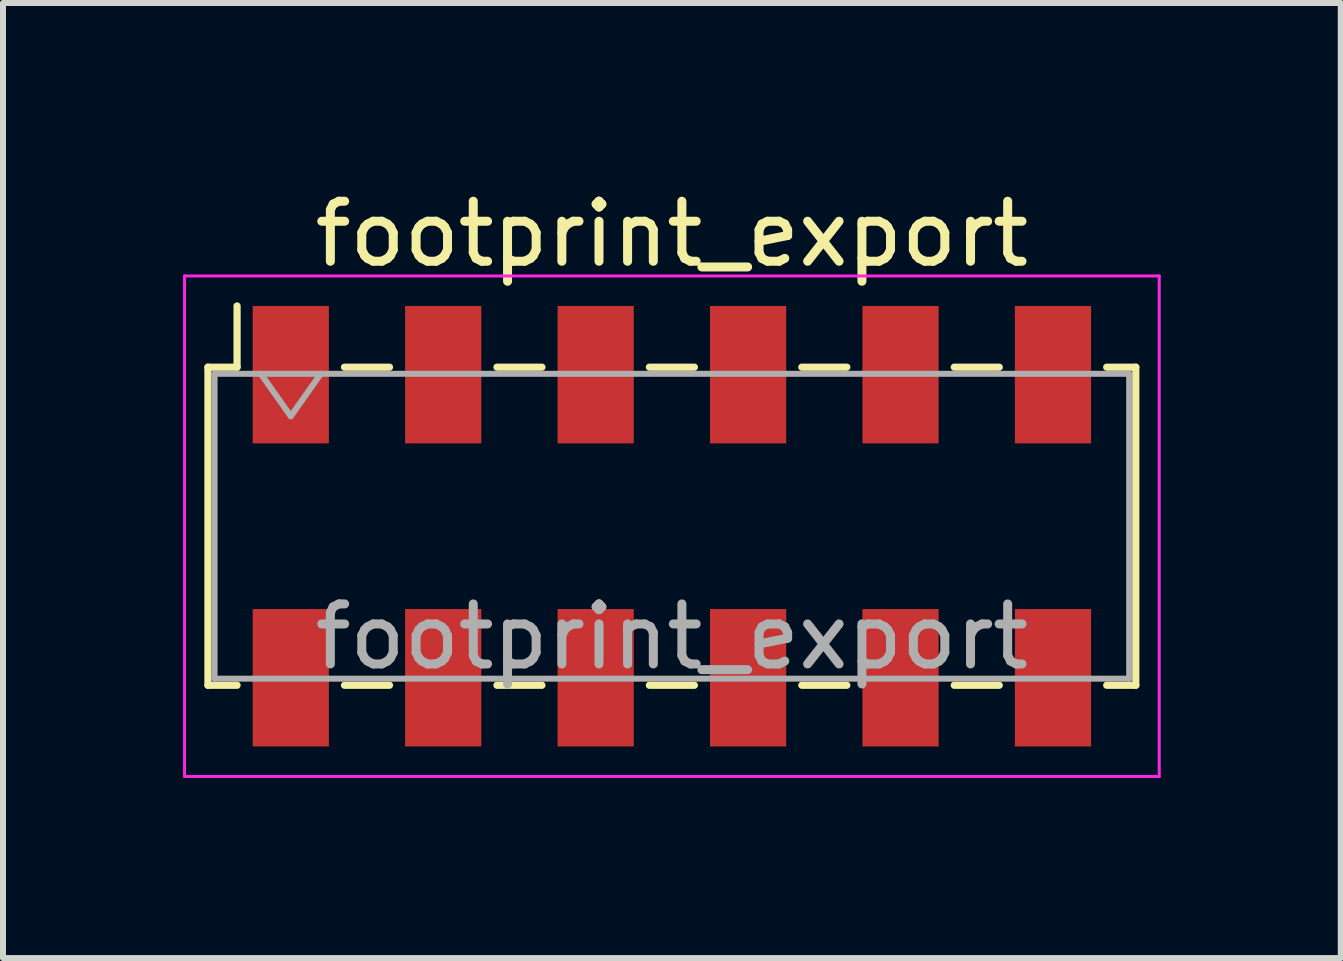
<source format=kicad_pcb>
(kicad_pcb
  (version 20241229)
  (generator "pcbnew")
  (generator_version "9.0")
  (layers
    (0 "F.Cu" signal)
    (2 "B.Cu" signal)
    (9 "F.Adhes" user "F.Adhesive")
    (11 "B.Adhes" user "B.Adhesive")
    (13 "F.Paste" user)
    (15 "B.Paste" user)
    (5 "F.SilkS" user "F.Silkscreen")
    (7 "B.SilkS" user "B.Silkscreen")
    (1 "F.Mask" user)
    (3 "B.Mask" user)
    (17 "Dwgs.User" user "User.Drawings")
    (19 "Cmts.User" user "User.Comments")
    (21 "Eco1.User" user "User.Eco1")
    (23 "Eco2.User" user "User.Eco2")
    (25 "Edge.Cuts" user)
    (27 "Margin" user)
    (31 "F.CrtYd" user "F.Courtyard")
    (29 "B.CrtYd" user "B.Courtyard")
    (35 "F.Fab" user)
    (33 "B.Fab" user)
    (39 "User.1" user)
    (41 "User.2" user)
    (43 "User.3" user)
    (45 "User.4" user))
  (footprint "footprint_export"
    (layer "F.Cu")
    (at 8.145 5.718)
    (property "Reference" "footprint_export" (at 0 -4.87 0) (layer "F.SilkS") (effects (font (size 1 1) (thickness 0.15))))
    (attr smd)
    (fp_line (start -7.73 -2.65) (end -7.73 2.65) (stroke (width 0.12) (type solid)) (layer "F.SilkS"))
    (fp_line (start -7.73 2.65) (end -7.245 2.65) (stroke (width 0.12) (type solid)) (layer "F.SilkS"))
    (fp_line (start -7.245 -3.67) (end -7.245 -2.65) (stroke (width 0.12) (type solid)) (layer "F.SilkS"))
    (fp_line (start -7.245 -2.65) (end -7.73 -2.65) (stroke (width 0.12) (type solid)) (layer "F.SilkS"))
    (fp_line (start -5.455 -2.65) (end -4.705 -2.65) (stroke (width 0.12) (type solid)) (layer "F.SilkS"))
    (fp_line (start -5.455 2.65) (end -4.705 2.65) (stroke (width 0.12) (type solid)) (layer "F.SilkS"))
    (fp_line (start -2.915 -2.65) (end -2.165 -2.65) (stroke (width 0.12) (type solid)) (layer "F.SilkS"))
    (fp_line (start -2.915 2.65) (end -2.165 2.65) (stroke (width 0.12) (type solid)) (layer "F.SilkS"))
    (fp_line (start -0.375 -2.65) (end 0.375 -2.65) (stroke (width 0.12) (type solid)) (layer "F.SilkS"))
    (fp_line (start -0.375 2.65) (end 0.375 2.65) (stroke (width 0.12) (type solid)) (layer "F.SilkS"))
    (fp_line (start 2.165 -2.65) (end 2.915 -2.65) (stroke (width 0.12) (type solid)) (layer "F.SilkS"))
    (fp_line (start 2.165 2.65) (end 2.915 2.65) (stroke (width 0.12) (type solid)) (layer "F.SilkS"))
    (fp_line (start 4.705 -2.65) (end 5.455 -2.65) (stroke (width 0.12) (type solid)) (layer "F.SilkS"))
    (fp_line (start 4.705 2.65) (end 5.455 2.65) (stroke (width 0.12) (type solid)) (layer "F.SilkS"))
    (fp_line (start 7.245 -2.65) (end 7.73 -2.65) (stroke (width 0.12) (type solid)) (layer "F.SilkS"))
    (fp_line (start 7.73 -2.65) (end 7.73 2.65) (stroke (width 0.12) (type solid)) (layer "F.SilkS"))
    (fp_line (start 7.73 2.65) (end 7.245 2.65) (stroke (width 0.12) (type solid)) (layer "F.SilkS"))
    (fp_line (start -8.12 -4.17) (end 8.12 -4.17) (stroke (width 0.05) (type solid)) (layer "F.CrtYd"))
    (fp_line (start -8.12 4.17) (end -8.12 -4.17) (stroke (width 0.05) (type solid)) (layer "F.CrtYd"))
    (fp_line (start 8.12 -4.17) (end 8.12 4.17) (stroke (width 0.05) (type solid)) (layer "F.CrtYd"))
    (fp_line (start 8.12 4.17) (end -8.12 4.17) (stroke (width 0.05) (type solid)) (layer "F.CrtYd"))
    (fp_line (start -7.62 -2.54) (end 7.62 -2.54) (stroke (width 0.1) (type solid)) (layer "F.Fab"))
    (fp_line (start -7.62 2.54) (end -7.62 -2.54) (stroke (width 0.1) (type solid)) (layer "F.Fab"))
    (fp_line (start -6.85 -2.54) (end -6.35 -1.833) (stroke (width 0.1) (type solid)) (layer "F.Fab"))
    (fp_line (start -6.35 -1.833) (end -5.85 -2.54) (stroke (width 0.1) (type solid)) (layer "F.Fab"))
    (fp_line (start 7.62 -2.54) (end 7.62 2.54) (stroke (width 0.1) (type solid)) (layer "F.Fab"))
    (fp_line (start 7.62 2.54) (end -7.62 2.54) (stroke (width 0.1) (type solid)) (layer "F.Fab"))
    (fp_text user "${REFERENCE}" (at 0 1.84 0) (layer "F.Fab") (effects (font (size 1 1) (thickness 0.15))))
    (pad "1" smd rect (at -6.35 -2.525) (size 1.27 2.29) (layers "F.Cu" "F.Mask" "F.Paste"))
    (pad "2" smd rect (at -6.35 2.525) (size 1.27 2.29) (layers "F.Cu" "F.Mask" "F.Paste"))
    (pad "3" smd rect (at -3.81 -2.525) (size 1.27 2.29) (layers "F.Cu" "F.Mask" "F.Paste"))
    (pad "4" smd rect (at -3.81 2.525) (size 1.27 2.29) (layers "F.Cu" "F.Mask" "F.Paste"))
    (pad "5" smd rect (at -1.27 -2.525) (size 1.27 2.29) (layers "F.Cu" "F.Mask" "F.Paste"))
    (pad "6" smd rect (at -1.27 2.525) (size 1.27 2.29) (layers "F.Cu" "F.Mask" "F.Paste"))
    (pad "7" smd rect (at 1.27 -2.525) (size 1.27 2.29) (layers "F.Cu" "F.Mask" "F.Paste"))
    (pad "8" smd rect (at 1.27 2.525) (size 1.27 2.29) (layers "F.Cu" "F.Mask" "F.Paste"))
    (pad "9" smd rect (at 3.81 -2.525) (size 1.27 2.29) (layers "F.Cu" "F.Mask" "F.Paste"))
    (pad "10" smd rect (at 3.81 2.525) (size 1.27 2.29) (layers "F.Cu" "F.Mask" "F.Paste"))
    (pad "11" smd rect (at 6.35 -2.525) (size 1.27 2.29) (layers "F.Cu" "F.Mask" "F.Paste"))
    (pad "12" smd rect (at 6.35 2.525) (size 1.27 2.29) (layers "F.Cu" "F.Mask" "F.Paste")))
  (gr_rect
    (start -3 -3)
    (end 19.29 12.913)
    (stroke (width 0.1) (type default))
    (fill no)
    (layer "Edge.Cuts")))
</source>
